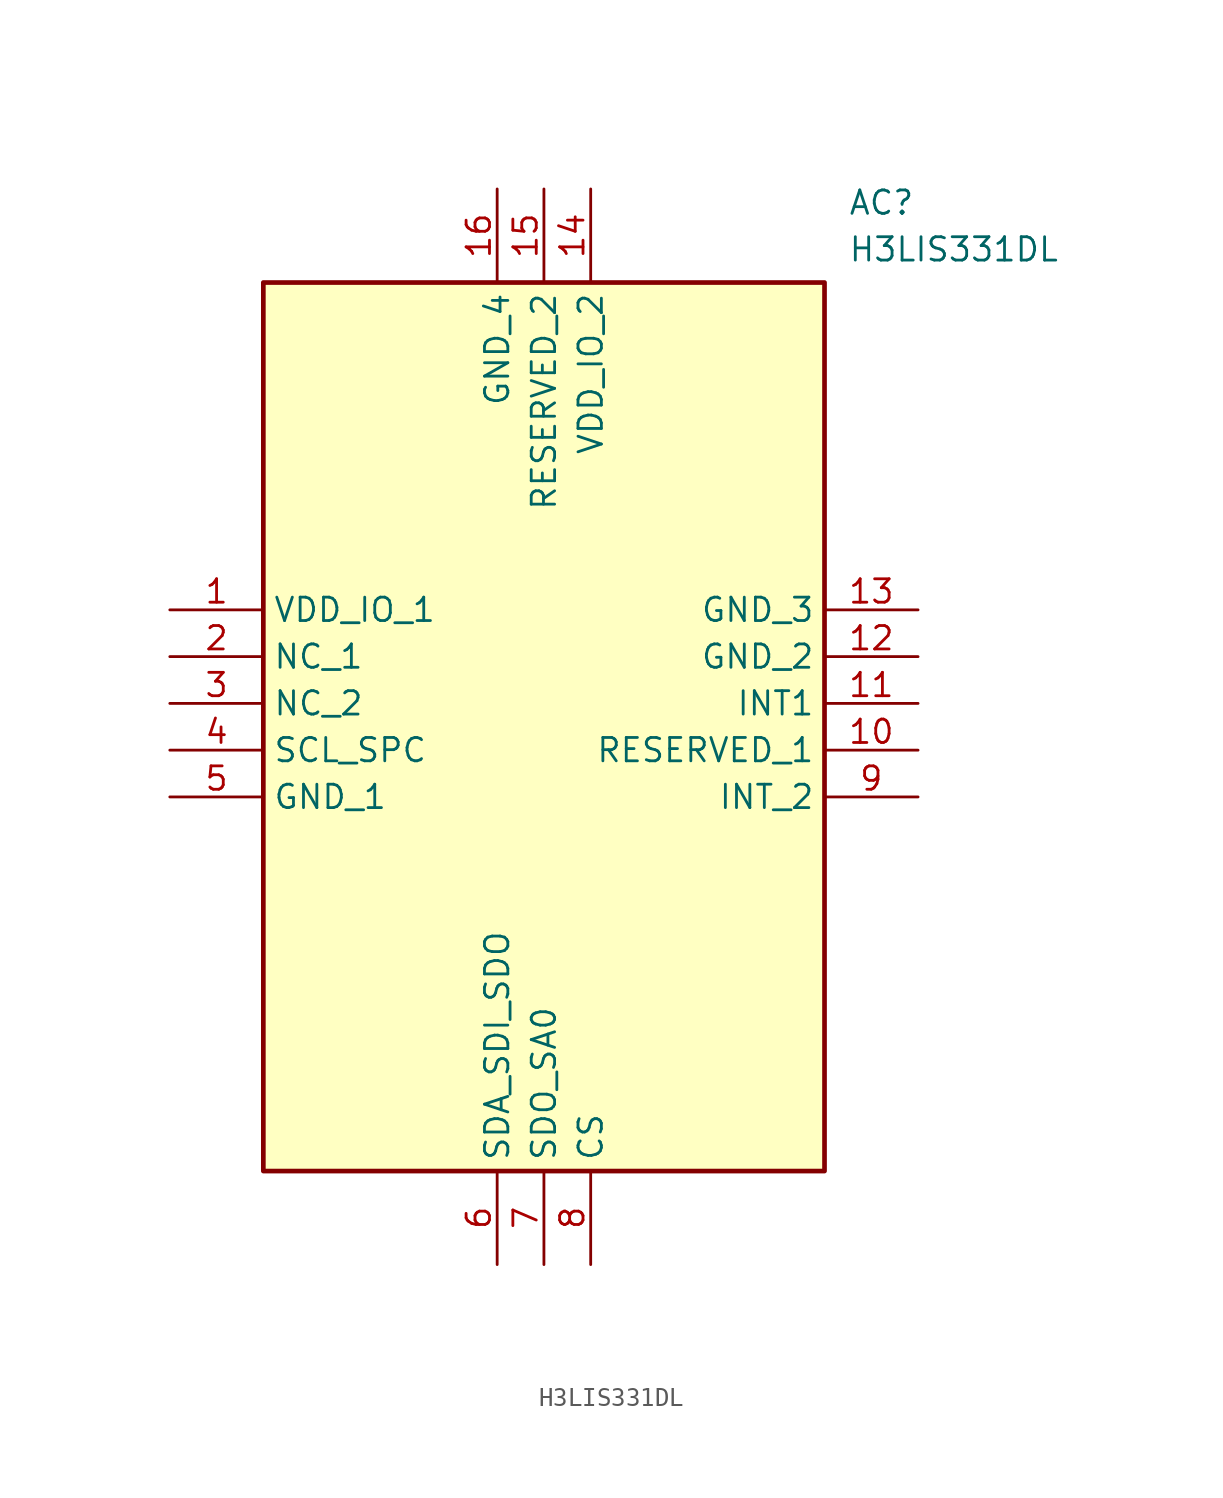
<source format=kicad_sym>
(kicad_symbol_lib
  (version 20241209)
  (generator "kicad_symbol_editor")
  (generator_version "9.0")
  (symbol "H3LIS331DL"
    (property "Reference" "AC"
      (at 36.83 22.86 0)
      (effects (font (size 1.27 1.27)) (justify left top)))
    (property "Value" "H3LIS331DL"
      (at 36.83 20.32 0)
      (effects (font (size 1.27 1.27)) (justify left top)))
    (symbol "H3LIS331DL_1_1"
      (rectangle (start 5.08 17.78) (end 35.56 -30.48) (stroke (width 0.254) (type default)) (fill (type background)))
      (pin power_in line (at 0 0 0) (length 5.08) (name "VDD_IO_1" (effects (font (size 1.27 1.27)))) (number "1" (effects (font (size 1.27 1.27)))))
      (pin passive line (at 0 -2.54 0) (length 5.08) (name "NC_1" (effects (font (size 1.27 1.27)))) (number "2" (effects (font (size 1.27 1.27)))))
      (pin passive line (at 0 -5.08 0) (length 5.08) (name "NC_2" (effects (font (size 1.27 1.27)))) (number "3" (effects (font (size 1.27 1.27)))))
      (pin passive line (at 0 -7.62 0) (length 5.08) (name "SCL_SPC" (effects (font (size 1.27 1.27)))) (number "4" (effects (font (size 1.27 1.27)))))
      (pin power_in line (at 0 -10.16 0) (length 5.08) (name "GND_1" (effects (font (size 1.27 1.27)))) (number "5" (effects (font (size 1.27 1.27)))))
      (pin power_in line (at 17.78 22.86 270) (length 5.08) (name "GND_4" (effects (font (size 1.27 1.27)))) (number "16" (effects (font (size 1.27 1.27)))))
      (pin passive line (at 17.78 -35.56 90) (length 5.08) (name "SDA_SDI_SDO" (effects (font (size 1.27 1.27)))) (number "6" (effects (font (size 1.27 1.27)))))
      (pin passive line (at 20.32 22.86 270) (length 5.08) (name "RESERVED_2" (effects (font (size 1.27 1.27)))) (number "15" (effects (font (size 1.27 1.27)))))
      (pin passive line (at 20.32 -35.56 90) (length 5.08) (name "SDO_SA0" (effects (font (size 1.27 1.27)))) (number "7" (effects (font (size 1.27 1.27)))))
      (pin power_in line (at 22.86 22.86 270) (length 5.08) (name "VDD_IO_2" (effects (font (size 1.27 1.27)))) (number "14" (effects (font (size 1.27 1.27)))))
      (pin input line (at 22.86 -35.56 90) (length 5.08) (name "CS" (effects (font (size 1.27 1.27)))) (number "8" (effects (font (size 1.27 1.27)))))
      (pin power_in line (at 40.64 0 180) (length 5.08) (name "GND_3" (effects (font (size 1.27 1.27)))) (number "13" (effects (font (size 1.27 1.27)))))
      (pin power_in line (at 40.64 -2.54 180) (length 5.08) (name "GND_2" (effects (font (size 1.27 1.27)))) (number "12" (effects (font (size 1.27 1.27)))))
      (pin input line (at 40.64 -5.08 180) (length 5.08) (name "INT1" (effects (font (size 1.27 1.27)))) (number "11" (effects (font (size 1.27 1.27)))))
      (pin passive line (at 40.64 -7.62 180) (length 5.08) (name "RESERVED_1" (effects (font (size 1.27 1.27)))) (number "10" (effects (font (size 1.27 1.27)))))
      (pin input line (at 40.64 -10.16 180) (length 5.08) (name "INT_2" (effects (font (size 1.27 1.27)))) (number "9" (effects (font (size 1.27 1.27))))))))
</source>
